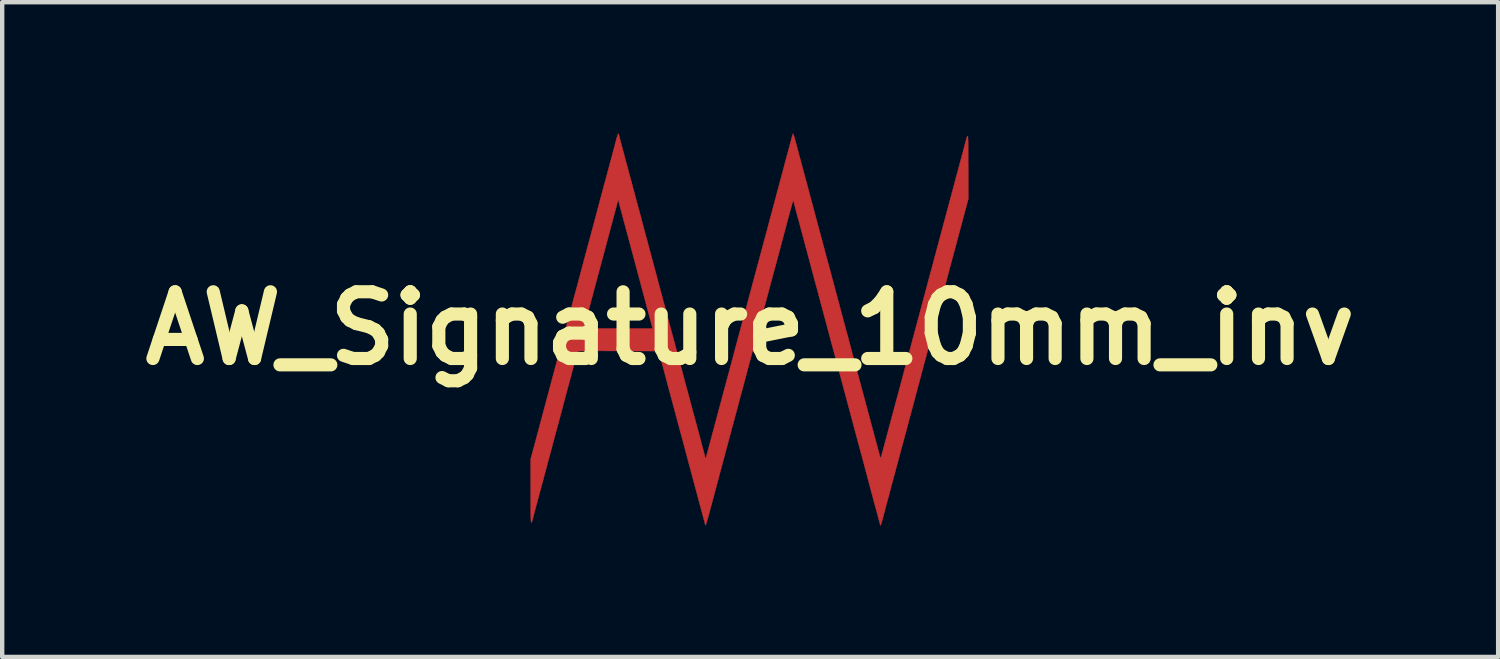
<source format=kicad_pcb>
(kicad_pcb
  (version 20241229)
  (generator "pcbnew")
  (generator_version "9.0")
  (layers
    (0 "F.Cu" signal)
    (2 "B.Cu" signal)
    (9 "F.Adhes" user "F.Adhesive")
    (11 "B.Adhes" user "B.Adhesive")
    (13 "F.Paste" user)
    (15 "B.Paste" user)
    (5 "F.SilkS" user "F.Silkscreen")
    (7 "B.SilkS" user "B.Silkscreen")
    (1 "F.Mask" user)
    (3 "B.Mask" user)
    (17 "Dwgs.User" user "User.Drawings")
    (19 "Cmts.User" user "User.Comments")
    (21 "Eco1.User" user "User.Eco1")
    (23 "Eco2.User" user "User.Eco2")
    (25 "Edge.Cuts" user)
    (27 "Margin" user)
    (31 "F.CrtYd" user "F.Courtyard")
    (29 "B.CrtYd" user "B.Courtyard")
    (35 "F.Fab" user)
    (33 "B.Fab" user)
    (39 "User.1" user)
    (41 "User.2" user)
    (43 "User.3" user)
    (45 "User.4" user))
  (footprint "AW_Signature_10mm_inv"
    (layer "F.Cu")
    (at 14.086 4.45)
    (property "Reference" "AW_Signature_10mm_inv" (at 0 0 0) (layer "F.SilkS") (effects (font (size 1.524 1.524) (thickness 0.3))))
    (attr through_hole)
    (fp_poly (pts (xy 0.984 -4.438) (xy 0.994 -4.41) (xy 1.008 -4.366) (xy 1.024 -4.31) (xy 1.027 -4.299) (xy 1.043 -4.239) (xy 1.064 -4.161) (xy 1.089 -4.07) (xy 1.114 -3.974) (xy 1.14 -3.879) (xy 1.148 -3.849) (xy 1.172 -3.758) (xy 1.197 -3.666) (xy 1.22 -3.58) (xy 1.24 -3.505) (xy 1.256 -3.447) (xy 1.261 -3.43) (xy 1.28 -3.359) (xy 1.302 -3.276) (xy 1.323 -3.197) (xy 1.33 -3.17) (xy 1.35 -3.095) (xy 1.373 -3.01) (xy 1.394 -2.93) (xy 1.401 -2.903) (xy 1.434 -2.783) (xy 1.47 -2.648) (xy 1.507 -2.51) (xy 1.543 -2.377) (xy 1.546 -2.363) (xy 1.563 -2.3) (xy 1.584 -2.224) (xy 1.604 -2.147) (xy 1.615 -2.109) (xy 1.634 -2.036) (xy 1.657 -1.951) (xy 1.68 -1.866) (xy 1.693 -1.817) (xy 1.713 -1.741) (xy 1.735 -1.657) (xy 1.757 -1.577) (xy 1.769 -1.532) (xy 1.789 -1.459) (xy 1.811 -1.379) (xy 1.831 -1.305) (xy 1.838 -1.278) (xy 1.865 -1.175) (xy 1.895 -1.065) (xy 1.925 -0.95) (xy 1.956 -0.836) (xy 1.985 -0.727) (xy 2.012 -0.627) (xy 2.035 -0.541) (xy 2.053 -0.472) (xy 2.06 -0.446) (xy 2.08 -0.372) (xy 2.102 -0.289) (xy 2.123 -0.212) (xy 2.131 -0.179) (xy 2.149 -0.114) (xy 2.167 -0.047) (xy 2.183 0.01) (xy 2.188 0.03) (xy 2.202 0.082) (xy 2.22 0.146) (xy 2.238 0.212) (xy 2.243 0.234) (xy 2.26 0.299) (xy 2.283 0.383) (xy 2.308 0.48) (xy 2.336 0.586) (xy 2.366 0.696) (xy 2.395 0.806) (xy 2.423 0.911) (xy 2.449 1.007) (xy 2.471 1.089) (xy 2.488 1.152) (xy 2.492 1.167) (xy 2.511 1.237) (xy 2.536 1.329) (xy 2.566 1.441) (xy 2.601 1.572) (xy 2.64 1.718) (xy 2.683 1.878) (xy 2.717 2.005) (xy 2.737 2.079) (xy 2.757 2.156) (xy 2.776 2.226) (xy 2.79 2.278) (xy 2.806 2.336) (xy 2.825 2.408) (xy 2.846 2.485) (xy 2.86 2.539) (xy 2.891 2.652) (xy 2.915 2.743) (xy 2.934 2.814) (xy 2.949 2.868) (xy 2.959 2.908) (xy 2.966 2.935) (xy 2.969 2.945) (xy 2.972 2.956) (xy 2.975 2.961) (xy 2.979 2.96) (xy 2.985 2.949) (xy 2.993 2.927) (xy 3.004 2.892) (xy 3.018 2.842) (xy 3.037 2.774) (xy 3.06 2.687) (xy 3.089 2.578) (xy 3.108 2.507) (xy 3.132 2.417) (xy 3.156 2.326) (xy 3.179 2.24) (xy 3.199 2.166) (xy 3.214 2.108) (xy 3.217 2.101) (xy 3.235 2.03) (xy 3.258 1.948) (xy 3.28 1.865) (xy 3.293 1.815) (xy 3.314 1.74) (xy 3.336 1.657) (xy 3.357 1.58) (xy 3.369 1.535) (xy 3.389 1.462) (xy 3.411 1.379) (xy 3.432 1.302) (xy 3.437 1.281) (xy 3.454 1.218) (xy 3.476 1.136) (xy 3.501 1.039) (xy 3.53 0.933) (xy 3.559 0.823) (xy 3.588 0.713) (xy 3.616 0.609) (xy 3.641 0.517) (xy 3.662 0.44) (xy 3.663 0.437) (xy 3.682 0.365) (xy 3.703 0.29) (xy 3.721 0.22) (xy 3.731 0.183) (xy 3.756 0.09) (xy 3.786 -0.022) (xy 3.819 -0.147) (xy 3.855 -0.279) (xy 3.877 -0.363) (xy 3.897 -0.436) (xy 3.917 -0.514) (xy 3.937 -0.586) (xy 3.947 -0.624) (xy 3.963 -0.686) (xy 3.984 -0.761) (xy 4.004 -0.838) (xy 4.017 -0.884) (xy 4.038 -0.962) (xy 4.061 -1.051) (xy 4.084 -1.136) (xy 4.095 -1.176) (xy 4.113 -1.244) (xy 4.131 -1.312) (xy 4.148 -1.371) (xy 4.157 -1.405) (xy 4.169 -1.448) (xy 4.185 -1.509) (xy 4.203 -1.579) (xy 4.222 -1.652) (xy 4.226 -1.665) (xy 4.247 -1.744) (xy 4.269 -1.828) (xy 4.291 -1.908) (xy 4.309 -1.974) (xy 4.309 -1.976) (xy 4.329 -2.048) (xy 4.351 -2.131) (xy 4.373 -2.213) (xy 4.385 -2.256) (xy 4.405 -2.332) (xy 4.428 -2.419) (xy 4.451 -2.502) (xy 4.461 -2.541) (xy 4.481 -2.614) (xy 4.502 -2.694) (xy 4.522 -2.769) (xy 4.531 -2.802) (xy 4.549 -2.868) (xy 4.57 -2.947) (xy 4.591 -3.025) (xy 4.6 -3.062) (xy 4.621 -3.137) (xy 4.644 -3.223) (xy 4.666 -3.307) (xy 4.677 -3.348) (xy 4.696 -3.42) (xy 4.717 -3.498) (xy 4.737 -3.57) (xy 4.747 -3.608) (xy 4.777 -3.718) (xy 4.812 -3.851) (xy 4.854 -4.005) (xy 4.893 -4.154) (xy 4.911 -4.223) (xy 4.927 -4.282) (xy 4.94 -4.33) (xy 4.95 -4.365) (xy 4.959 -4.388) (xy 4.966 -4.395) (xy 4.971 -4.387) (xy 4.975 -4.362) (xy 4.977 -4.319) (xy 4.979 -4.257) (xy 4.98 -4.175) (xy 4.98 -4.072) (xy 4.98 -3.946) (xy 4.98 -3.796) (xy 4.981 -3.706) (xy 4.982 -2.953) (xy 4.923 -2.734) (xy 4.89 -2.61) (xy 4.862 -2.505) (xy 4.837 -2.411) (xy 4.814 -2.325) (xy 4.79 -2.238) (xy 4.768 -2.154) (xy 4.751 -2.093) (xy 4.737 -2.039) (xy 4.726 -1.998) (xy 4.72 -1.976) (xy 4.715 -1.955) (xy 4.704 -1.913) (xy 4.688 -1.855) (xy 4.669 -1.784) (xy 4.648 -1.705) (xy 4.639 -1.671) (xy 4.613 -1.578) (xy 4.587 -1.479) (xy 4.561 -1.382) (xy 4.538 -1.295) (xy 4.519 -1.225) (xy 4.518 -1.22) (xy 4.499 -1.148) (xy 4.48 -1.077) (xy 4.463 -1.014) (xy 4.451 -0.967) (xy 4.449 -0.96) (xy 4.431 -0.895) (xy 4.408 -0.809) (xy 4.379 -0.703) (xy 4.346 -0.58) (xy 4.309 -0.443) (xy 4.27 -0.294) (xy 4.239 -0.179) (xy 4.222 -0.117) (xy 4.202 -0.042) (xy 4.181 0.036) (xy 4.169 0.081) (xy 4.148 0.159) (xy 4.125 0.248) (xy 4.102 0.334) (xy 4.091 0.373) (xy 4.071 0.449) (xy 4.048 0.534) (xy 4.026 0.614) (xy 4.016 0.653) (xy 3.996 0.725) (xy 3.974 0.805) (xy 3.954 0.88) (xy 3.947 0.907) (xy 3.934 0.955) (xy 3.916 1.023) (xy 3.895 1.104) (xy 3.871 1.192) (xy 3.847 1.283) (xy 3.839 1.313) (xy 3.815 1.404) (xy 3.79 1.495) (xy 3.768 1.58) (xy 3.748 1.655) (xy 3.733 1.712) (xy 3.729 1.726) (xy 3.712 1.791) (xy 3.694 1.858) (xy 3.678 1.916) (xy 3.673 1.936) (xy 3.657 1.993) (xy 3.639 2.059) (xy 3.624 2.114) (xy 3.612 2.163) (xy 3.594 2.229) (xy 3.575 2.302) (xy 3.555 2.375) (xy 3.553 2.38) (xy 3.536 2.446) (xy 3.513 2.53) (xy 3.488 2.624) (xy 3.461 2.722) (xy 3.436 2.817) (xy 3.432 2.831) (xy 3.408 2.921) (xy 3.384 3.011) (xy 3.361 3.096) (xy 3.342 3.17) (xy 3.326 3.226) (xy 3.323 3.237) (xy 3.305 3.307) (xy 3.284 3.382) (xy 3.266 3.451) (xy 3.26 3.472) (xy 3.247 3.522) (xy 3.228 3.591) (xy 3.205 3.678) (xy 3.179 3.777) (xy 3.15 3.884) (xy 3.12 3.996) (xy 3.09 4.108) (xy 3.061 4.217) (xy 3.034 4.318) (xy 3.033 4.322) (xy 3.016 4.385) (xy 3.001 4.438) (xy 2.989 4.477) (xy 2.982 4.497) (xy 2.981 4.499) (xy 2.979 4.501) (xy 2.976 4.499) (xy 2.972 4.49) (xy 2.966 4.469) (xy 2.956 4.433) (xy 2.941 4.378) (xy 2.93 4.336) (xy 2.911 4.262) (xy 2.889 4.179) (xy 2.868 4.102) (xy 2.86 4.075) (xy 2.846 4.024) (xy 2.827 3.954) (xy 2.805 3.871) (xy 2.781 3.782) (xy 2.757 3.692) (xy 2.753 3.675) (xy 2.73 3.591) (xy 2.709 3.511) (xy 2.69 3.439) (xy 2.675 3.381) (xy 2.664 3.341) (xy 2.662 3.332) (xy 2.651 3.29) (xy 2.635 3.233) (xy 2.618 3.168) (xy 2.606 3.123) (xy 2.588 3.055) (xy 2.569 2.986) (xy 2.553 2.924) (xy 2.545 2.894) (xy 2.524 2.819) (xy 2.5 2.73) (xy 2.474 2.634) (xy 2.448 2.537) (xy 2.424 2.445) (xy 2.402 2.364) (xy 2.385 2.301) (xy 2.384 2.297) (xy 2.369 2.24) (xy 2.35 2.167) (xy 2.328 2.088) (xy 2.308 2.012) (xy 2.308 2.012) (xy 2.288 1.937) (xy 2.267 1.86) (xy 2.248 1.789) (xy 2.233 1.734) (xy 2.233 1.732) (xy 2.217 1.674) (xy 2.198 1.602) (xy 2.178 1.526) (xy 2.163 1.472) (xy 2.144 1.402) (xy 2.125 1.329) (xy 2.108 1.264) (xy 2.097 1.224) (xy 2.083 1.174) (xy 2.066 1.108) (xy 2.046 1.034) (xy 2.027 0.964) (xy 2.007 0.888) (xy 1.985 0.808) (xy 1.966 0.733) (xy 1.951 0.678) (xy 1.934 0.614) (xy 1.916 0.548) (xy 1.901 0.491) (xy 1.896 0.475) (xy 1.882 0.425) (xy 1.865 0.361) (xy 1.847 0.294) (xy 1.839 0.265) (xy 1.821 0.196) (xy 1.799 0.114) (xy 1.778 0.034) (xy 1.768 -0.001) (xy 1.753 -0.059) (xy 1.732 -0.137) (xy 1.707 -0.23) (xy 1.679 -0.335) (xy 1.649 -0.447) (xy 1.618 -0.562) (xy 1.588 -0.675) (xy 1.559 -0.782) (xy 1.546 -0.833) (xy 1.528 -0.901) (xy 1.506 -0.981) (xy 1.485 -1.058) (xy 1.477 -1.087) (xy 1.459 -1.152) (xy 1.438 -1.232) (xy 1.415 -1.317) (xy 1.394 -1.396) (xy 1.394 -1.398) (xy 1.375 -1.47) (xy 1.356 -1.542) (xy 1.339 -1.605) (xy 1.326 -1.652) (xy 1.325 -1.659) (xy 1.313 -1.701) (xy 1.299 -1.754) (xy 1.281 -1.821) (xy 1.258 -1.904) (xy 1.231 -2.005) (xy 1.199 -2.127) (xy 1.185 -2.179) (xy 1.164 -2.256) (xy 1.141 -2.343) (xy 1.119 -2.426) (xy 1.108 -2.465) (xy 1.079 -2.572) (xy 1.056 -2.657) (xy 1.039 -2.724) (xy 1.025 -2.774) (xy 1.015 -2.812) (xy 1.008 -2.84) (xy 1.004 -2.86) (xy 1 -2.876) (xy 0.996 -2.894) (xy 0.992 -2.907) (xy 0.988 -2.913) (xy 0.982 -2.909) (xy 0.975 -2.894) (xy 0.965 -2.866) (xy 0.952 -2.823) (xy 0.935 -2.763) (xy 0.914 -2.684) (xy 0.887 -2.585) (xy 0.854 -2.463) (xy 0.853 -2.459) (xy 0.84 -2.409) (xy 0.822 -2.341) (xy 0.8 -2.257) (xy 0.775 -2.165) (xy 0.749 -2.067) (xy 0.728 -1.989) (xy 0.702 -1.891) (xy 0.676 -1.792) (xy 0.651 -1.698) (xy 0.628 -1.615) (xy 0.61 -1.546) (xy 0.599 -1.506) (xy 0.58 -1.435) (xy 0.559 -1.359) (xy 0.54 -1.29) (xy 0.53 -1.252) (xy 0.487 -1.092) (xy 0.45 -0.953) (xy 0.418 -0.833) (xy 0.39 -0.73) (xy 0.366 -0.641) (xy 0.345 -0.563) (xy 0.327 -0.494) (xy 0.31 -0.431) (xy 0.294 -0.372) (xy 0.278 -0.313) (xy 0.262 -0.252) (xy 0.245 -0.187) (xy 0.225 -0.115) (xy 0.206 -0.039) (xy 0.187 0.028) (xy 0.169 0.098) (xy 0.152 0.159) (xy 0.144 0.189) (xy 0.119 0.283) (xy 0.088 0.396) (xy 0.053 0.526) (xy 0.015 0.669) (xy -0.025 0.819) (xy -0.066 0.973) (xy -0.069 0.983) (xy -0.093 1.074) (xy -0.116 1.162) (xy -0.138 1.242) (xy -0.156 1.31) (xy -0.17 1.361) (xy -0.176 1.383) (xy -0.189 1.434) (xy -0.207 1.5) (xy -0.226 1.57) (xy -0.237 1.612) (xy -0.256 1.681) (xy -0.275 1.755) (xy -0.293 1.822) (xy -0.301 1.853) (xy -0.316 1.907) (xy -0.335 1.976) (xy -0.355 2.051) (xy -0.371 2.113) (xy -0.392 2.191) (xy -0.417 2.282) (xy -0.441 2.373) (xy -0.46 2.443) (xy -0.484 2.531) (xy -0.506 2.616) (xy -0.53 2.703) (xy -0.556 2.801) (xy -0.586 2.914) (xy -0.599 2.964) (xy -0.615 3.022) (xy -0.634 3.094) (xy -0.654 3.17) (xy -0.669 3.225) (xy -0.692 3.309) (xy -0.719 3.412) (xy -0.75 3.529) (xy -0.784 3.653) (xy -0.817 3.779) (xy -0.85 3.901) (xy -0.854 3.917) (xy -0.894 4.065) (xy -0.927 4.189) (xy -0.955 4.291) (xy -0.978 4.371) (xy -0.995 4.431) (xy -1.007 4.472) (xy -1.015 4.494) (xy -1.018 4.499) (xy -1.023 4.486) (xy -1.033 4.453) (xy -1.046 4.405) (xy -1.062 4.348) (xy -1.077 4.292) (xy -1.097 4.216) (xy -1.121 4.129) (xy -1.146 4.035) (xy -1.171 3.942) (xy -1.178 3.917) (xy -1.202 3.825) (xy -1.227 3.732) (xy -1.251 3.644) (xy -1.272 3.566) (xy -1.288 3.505) (xy -1.292 3.491) (xy -1.312 3.419) (xy -1.332 3.342) (xy -1.352 3.27) (xy -1.36 3.237) (xy -1.413 3.039) (xy -1.46 2.864) (xy -1.5 2.712) (xy -1.535 2.581) (xy -1.565 2.471) (xy -1.583 2.405) (xy -1.603 2.332) (xy -1.625 2.249) (xy -1.646 2.172) (xy -1.653 2.145) (xy -1.672 2.075) (xy -1.693 1.994) (xy -1.715 1.914) (xy -1.724 1.878) (xy -1.741 1.816) (xy -1.763 1.735) (xy -1.789 1.64) (xy -1.816 1.538) (xy -1.844 1.434) (xy -1.871 1.333) (xy -1.895 1.241) (xy -1.915 1.167) (xy -1.929 1.113) (xy -1.947 1.046) (xy -1.965 0.978) (xy -1.97 0.958) (xy -1.987 0.895) (xy -2.008 0.818) (xy -2.029 0.738) (xy -2.045 0.678) (xy -2.087 0.519) (xy -3.017 0.516) (xy -3.194 0.516) (xy -3.346 0.515) (xy -3.477 0.515) (xy -3.588 0.515) (xy -3.68 0.515) (xy -3.755 0.516) (xy -3.815 0.517) (xy -3.861 0.518) (xy -3.895 0.52) (xy -3.919 0.522) (xy -3.934 0.525) (xy -3.943 0.528) (xy -3.946 0.532) (xy -3.946 0.533) (xy -3.95 0.554) (xy -3.959 0.592) (xy -3.972 0.643) (xy -3.983 0.683) (xy -4.003 0.755) (xy -4.026 0.838) (xy -4.048 0.918) (xy -4.055 0.945) (xy -4.074 1.019) (xy -4.096 1.101) (xy -4.117 1.179) (xy -4.125 1.205) (xy -4.139 1.257) (xy -4.158 1.327) (xy -4.18 1.41) (xy -4.204 1.499) (xy -4.227 1.589) (xy -4.232 1.605) (xy -4.268 1.741) (xy -4.298 1.856) (xy -4.324 1.952) (xy -4.345 2.033) (xy -4.364 2.101) (xy -4.38 2.161) (xy -4.395 2.215) (xy -4.408 2.266) (xy -4.415 2.291) (xy -4.435 2.361) (xy -4.457 2.444) (xy -4.479 2.527) (xy -4.492 2.577) (xy -4.512 2.65) (xy -4.532 2.728) (xy -4.552 2.8) (xy -4.563 2.844) (xy -4.576 2.89) (xy -4.593 2.956) (xy -4.615 3.035) (xy -4.638 3.122) (xy -4.662 3.212) (xy -4.67 3.244) (xy -4.695 3.336) (xy -4.72 3.43) (xy -4.744 3.52) (xy -4.766 3.599) (xy -4.783 3.662) (xy -4.786 3.675) (xy -4.819 3.796) (xy -4.847 3.899) (xy -4.872 3.994) (xy -4.897 4.086) (xy -4.923 4.185) (xy -4.931 4.215) (xy -4.948 4.28) (xy -4.962 4.335) (xy -4.974 4.38) (xy -4.984 4.413) (xy -4.992 4.432) (xy -4.998 4.438) (xy -5.003 4.427) (xy -5.007 4.401) (xy -5.009 4.356) (xy -5.011 4.292) (xy -5.012 4.208) (xy -5.012 4.103) (xy -5.012 3.976) (xy -5.012 3.824) (xy -5.012 3.747) (xy -5.013 2.987) (xy -4.963 2.801) (xy -4.943 2.725) (xy -4.922 2.649) (xy -4.903 2.579) (xy -4.889 2.524) (xy -4.886 2.513) (xy -4.861 2.42) (xy -4.833 2.317) (xy -4.805 2.211) (xy -4.778 2.111) (xy -4.754 2.022) (xy -4.74 1.967) (xy -4.712 1.864) (xy -4.685 1.763) (xy -4.657 1.657) (xy -4.626 1.543) (xy -4.592 1.416) (xy -4.553 1.269) (xy -4.545 1.237) (xy -4.509 1.104) (xy -4.478 0.988) (xy -4.45 0.883) (xy -4.422 0.781) (xy -4.394 0.676) (xy -4.362 0.56) (xy -4.346 0.5) (xy -4.33 0.442) (xy -4.311 0.37) (xy -4.29 0.294) (xy -4.276 0.24) (xy -4.242 0.11) (xy -4.214 0.005) (xy -3.797 0.005) (xy -2.229 0.005) (xy -2.235 -0.023) (xy -2.241 -0.048) (xy -2.252 -0.089) (xy -2.266 -0.142) (xy -2.276 -0.179) (xy -2.304 -0.285) (xy -2.327 -0.371) (xy -2.346 -0.439) (xy -2.36 -0.495) (xy -2.373 -0.541) (xy -2.384 -0.582) (xy -2.395 -0.622) (xy -2.402 -0.649) (xy -2.417 -0.706) (xy -2.436 -0.778) (xy -2.458 -0.857) (xy -2.478 -0.934) (xy -2.48 -0.941) (xy -2.5 -1.016) (xy -2.521 -1.094) (xy -2.54 -1.165) (xy -2.555 -1.222) (xy -2.556 -1.227) (xy -2.572 -1.285) (xy -2.591 -1.357) (xy -2.611 -1.433) (xy -2.626 -1.487) (xy -2.645 -1.559) (xy -2.666 -1.635) (xy -2.684 -1.705) (xy -2.696 -1.748) (xy -2.709 -1.797) (xy -2.727 -1.864) (xy -2.748 -1.942) (xy -2.77 -2.024) (xy -2.784 -2.078) (xy -2.806 -2.159) (xy -2.828 -2.24) (xy -2.848 -2.315) (xy -2.865 -2.377) (xy -2.873 -2.408) (xy -2.889 -2.466) (xy -2.908 -2.538) (xy -2.928 -2.614) (xy -2.943 -2.668) (xy -2.961 -2.734) (xy -2.977 -2.797) (xy -2.99 -2.849) (xy -2.999 -2.882) (xy -3.013 -2.944) (xy -3.042 -2.838) (xy -3.054 -2.791) (xy -3.072 -2.726) (xy -3.092 -2.648) (xy -3.115 -2.565) (xy -3.134 -2.49) (xy -3.156 -2.408) (xy -3.178 -2.327) (xy -3.198 -2.254) (xy -3.214 -2.193) (xy -3.224 -2.154) (xy -3.239 -2.1) (xy -3.257 -2.032) (xy -3.276 -1.96) (xy -3.287 -1.919) (xy -3.305 -1.851) (xy -3.324 -1.782) (xy -3.34 -1.72) (xy -3.348 -1.69) (xy -3.364 -1.634) (xy -3.385 -1.553) (xy -3.413 -1.449) (xy -3.447 -1.322) (xy -3.487 -1.173) (xy -3.5 -1.125) (xy -3.513 -1.078) (xy -3.53 -1.014) (xy -3.55 -0.94) (xy -3.57 -0.863) (xy -3.578 -0.833) (xy -3.599 -0.755) (xy -3.621 -0.674) (xy -3.641 -0.599) (xy -3.657 -0.538) (xy -3.662 -0.522) (xy -3.677 -0.463) (xy -3.697 -0.39) (xy -3.718 -0.311) (xy -3.737 -0.243) (xy -3.755 -0.178) (xy -3.77 -0.118) (xy -3.782 -0.07) (xy -3.789 -0.039) (xy -3.79 -0.036) (xy -3.797 0.005) (xy -4.214 0.005) (xy -4.208 -0.016) (xy -4.177 -0.134) (xy -4.149 -0.238) (xy -4.126 -0.324) (xy -4.118 -0.351) (xy -4.102 -0.412) (xy -4.082 -0.486) (xy -4.062 -0.561) (xy -4.054 -0.592) (xy -4.034 -0.666) (xy -4.012 -0.748) (xy -3.991 -0.826) (xy -3.984 -0.852) (xy -3.966 -0.919) (xy -3.944 -0.999) (xy -3.922 -1.08) (xy -3.909 -1.132) (xy -3.888 -1.208) (xy -3.866 -1.292) (xy -3.845 -1.372) (xy -3.832 -1.417) (xy -3.814 -1.487) (xy -3.792 -1.57) (xy -3.769 -1.653) (xy -3.756 -1.703) (xy -3.737 -1.775) (xy -3.717 -1.852) (xy -3.698 -1.921) (xy -3.686 -1.963) (xy -3.662 -2.054) (xy -3.632 -2.165) (xy -3.598 -2.29) (xy -3.562 -2.425) (xy -3.524 -2.566) (xy -3.487 -2.706) (xy -3.451 -2.842) (xy -3.417 -2.968) (xy -3.413 -2.986) (xy -3.391 -3.067) (xy -3.369 -3.151) (xy -3.347 -3.23) (xy -3.33 -3.296) (xy -3.324 -3.316) (xy -3.304 -3.388) (xy -3.282 -3.47) (xy -3.261 -3.549) (xy -3.254 -3.576) (xy -3.234 -3.65) (xy -3.212 -3.733) (xy -3.191 -3.81) (xy -3.184 -3.837) (xy -3.169 -3.892) (xy -3.149 -3.966) (xy -3.127 -4.049) (xy -3.104 -4.135) (xy -3.089 -4.192) (xy -3.065 -4.283) (xy -3.046 -4.351) (xy -3.032 -4.399) (xy -3.022 -4.429) (xy -3.014 -4.443) (xy -3.008 -4.444) (xy -3.003 -4.433) (xy -3 -4.421) (xy -2.992 -4.391) (xy -2.981 -4.345) (xy -2.966 -4.292) (xy -2.962 -4.275) (xy -2.946 -4.217) (xy -2.927 -4.145) (xy -2.907 -4.068) (xy -2.892 -4.014) (xy -2.862 -3.899) (xy -2.83 -3.78) (xy -2.798 -3.662) (xy -2.769 -3.553) (xy -2.744 -3.459) (xy -2.734 -3.424) (xy -2.716 -3.359) (xy -2.696 -3.284) (xy -2.677 -3.212) (xy -2.673 -3.195) (xy -2.65 -3.111) (xy -2.625 -3.016) (xy -2.599 -2.918) (xy -2.573 -2.824) (xy -2.551 -2.742) (xy -2.536 -2.687) (xy -2.524 -2.644) (xy -2.508 -2.583) (xy -2.489 -2.513) (xy -2.47 -2.44) (xy -2.467 -2.427) (xy -2.446 -2.349) (xy -2.42 -2.251) (xy -2.39 -2.137) (xy -2.356 -2.013) (xy -2.321 -1.883) (xy -2.286 -1.752) (xy -2.252 -1.624) (xy -2.232 -1.551) (xy -2.212 -1.478) (xy -2.191 -1.398) (xy -2.171 -1.323) (xy -2.162 -1.29) (xy -2.144 -1.224) (xy -2.123 -1.145) (xy -2.103 -1.067) (xy -2.093 -1.03) (xy -2.073 -0.955) (xy -2.05 -0.869) (xy -2.027 -0.785) (xy -2.016 -0.744) (xy -1.996 -0.668) (xy -1.973 -0.584) (xy -1.952 -0.504) (xy -1.941 -0.465) (xy -1.921 -0.39) (xy -1.898 -0.305) (xy -1.877 -0.225) (xy -1.87 -0.198) (xy -1.85 -0.124) (xy -1.828 -0.042) (xy -1.807 0.036) (xy -1.8 0.062) (xy -1.786 0.114) (xy -1.767 0.184) (xy -1.744 0.267) (xy -1.721 0.356) (xy -1.697 0.446) (xy -1.692 0.462) (xy -1.658 0.59) (xy -1.622 0.726) (xy -1.585 0.864) (xy -1.548 1.001) (xy -1.514 1.131) (xy -1.482 1.251) (xy -1.454 1.354) (xy -1.432 1.434) (xy -1.412 1.508) (xy -1.39 1.59) (xy -1.37 1.668) (xy -1.361 1.701) (xy -1.342 1.772) (xy -1.32 1.854) (xy -1.299 1.933) (xy -1.291 1.961) (xy -1.272 2.033) (xy -1.249 2.116) (xy -1.227 2.198) (xy -1.216 2.24) (xy -1.195 2.317) (xy -1.172 2.404) (xy -1.15 2.487) (xy -1.139 2.526) (xy -1.111 2.633) (xy -1.088 2.718) (xy -1.07 2.785) (xy -1.057 2.835) (xy -1.047 2.873) (xy -1.04 2.901) (xy -1.035 2.921) (xy -1.032 2.937) (xy -1.024 2.963) (xy -1.018 2.973) (xy -1.017 2.973) (xy -1.012 2.959) (xy -1.001 2.925) (xy -0.987 2.876) (xy -0.971 2.817) (xy -0.967 2.804) (xy -0.946 2.724) (xy -0.923 2.636) (xy -0.9 2.551) (xy -0.884 2.494) (xy -0.87 2.439) (xy -0.856 2.387) (xy -0.842 2.334) (xy -0.826 2.276) (xy -0.808 2.208) (xy -0.786 2.126) (xy -0.759 2.026) (xy -0.749 1.986) (xy -0.721 1.882) (xy -0.69 1.767) (xy -0.658 1.648) (xy -0.628 1.535) (xy -0.601 1.435) (xy -0.594 1.408) (xy -0.578 1.351) (xy -0.559 1.281) (xy -0.54 1.207) (xy -0.529 1.167) (xy -0.511 1.099) (xy -0.492 1.03) (xy -0.476 0.969) (xy -0.468 0.939) (xy -0.457 0.899) (xy -0.442 0.841) (xy -0.422 0.768) (xy -0.4 0.686) (xy -0.378 0.6) (xy -0.371 0.577) (xy -0.348 0.489) (xy -0.325 0.403) (xy -0.303 0.322) (xy -0.285 0.254) (xy -0.272 0.204) (xy -0.269 0.196) (xy -0.254 0.138) (xy -0.234 0.065) (xy -0.214 -0.011) (xy -0.199 -0.065) (xy -0.179 -0.14) (xy -0.157 -0.222) (xy -0.136 -0.299) (xy -0.123 -0.344) (xy -0.103 -0.417) (xy -0.081 -0.5) (xy -0.061 -0.578) (xy -0.055 -0.598) (xy -0.039 -0.661) (xy -0.017 -0.744) (xy 0.009 -0.841) (xy 0.037 -0.947) (xy 0.067 -1.057) (xy 0.096 -1.167) (xy 0.124 -1.27) (xy 0.149 -1.363) (xy 0.169 -1.439) (xy 0.17 -1.443) (xy 0.19 -1.514) (xy 0.21 -1.59) (xy 0.229 -1.659) (xy 0.239 -1.697) (xy 0.254 -1.756) (xy 0.274 -1.828) (xy 0.294 -1.904) (xy 0.307 -1.951) (xy 0.326 -2.022) (xy 0.351 -2.113) (xy 0.379 -2.216) (xy 0.408 -2.327) (xy 0.438 -2.44) (xy 0.467 -2.548) (xy 0.486 -2.617) (xy 0.528 -2.777) (xy 0.577 -2.959) (xy 0.632 -3.165) (xy 0.693 -3.392) (xy 0.708 -3.449) (xy 0.728 -3.522) (xy 0.746 -3.588) (xy 0.76 -3.642) (xy 0.77 -3.68) (xy 0.775 -3.697) (xy 0.78 -3.716) (xy 0.79 -3.756) (xy 0.805 -3.813) (xy 0.824 -3.882) (xy 0.845 -3.961) (xy 0.856 -4.002) (xy 0.879 -4.087) (xy 0.901 -4.17) (xy 0.921 -4.243) (xy 0.937 -4.304) (xy 0.948 -4.347) (xy 0.951 -4.357) (xy 0.963 -4.399) (xy 0.973 -4.431) (xy 0.978 -4.445) (xy 0.984 -4.438)) (stroke (width 0.01) (type solid)) (fill yes) (layer "F.Cu"))
    (fp_poly (pts (xy 0.983 -4.438) (xy 0.994 -4.41) (xy 1.008 -4.366) (xy 1.024 -4.31) (xy 1.027 -4.299) (xy 1.043 -4.239) (xy 1.064 -4.16) (xy 1.088 -4.07) (xy 1.114 -3.974) (xy 1.14 -3.879) (xy 1.147 -3.849) (xy 1.172 -3.758) (xy 1.196 -3.666) (xy 1.22 -3.58) (xy 1.24 -3.505) (xy 1.256 -3.447) (xy 1.26 -3.43) (xy 1.28 -3.359) (xy 1.302 -3.276) (xy 1.323 -3.197) (xy 1.33 -3.17) (xy 1.35 -3.095) (xy 1.372 -3.01) (xy 1.394 -2.93) (xy 1.401 -2.903) (xy 1.433 -2.783) (xy 1.47 -2.648) (xy 1.507 -2.51) (xy 1.542 -2.377) (xy 1.546 -2.363) (xy 1.563 -2.3) (xy 1.583 -2.224) (xy 1.604 -2.147) (xy 1.614 -2.109) (xy 1.634 -2.036) (xy 1.657 -1.951) (xy 1.679 -1.866) (xy 1.692 -1.817) (xy 1.712 -1.741) (xy 1.735 -1.657) (xy 1.757 -1.577) (xy 1.769 -1.532) (xy 1.789 -1.459) (xy 1.81 -1.379) (xy 1.83 -1.304) (xy 1.838 -1.278) (xy 1.865 -1.175) (xy 1.894 -1.065) (xy 1.925 -0.95) (xy 1.955 -0.836) (xy 1.984 -0.727) (xy 2.011 -0.627) (xy 2.034 -0.541) (xy 2.053 -0.472) (xy 2.06 -0.446) (xy 2.08 -0.372) (xy 2.102 -0.289) (xy 2.122 -0.212) (xy 2.131 -0.179) (xy 2.148 -0.114) (xy 2.166 -0.047) (xy 2.182 0.01) (xy 2.188 0.031) (xy 2.202 0.082) (xy 2.22 0.146) (xy 2.237 0.212) (xy 2.243 0.234) (xy 2.26 0.299) (xy 2.282 0.383) (xy 2.308 0.48) (xy 2.336 0.586) (xy 2.365 0.696) (xy 2.395 0.806) (xy 2.423 0.911) (xy 2.448 1.007) (xy 2.47 1.089) (xy 2.488 1.152) (xy 2.492 1.167) (xy 2.511 1.237) (xy 2.536 1.329) (xy 2.566 1.441) (xy 2.601 1.572) (xy 2.64 1.718) (xy 2.683 1.878) (xy 2.717 2.005) (xy 2.736 2.079) (xy 2.757 2.156) (xy 2.776 2.226) (xy 2.79 2.278) (xy 2.805 2.336) (xy 2.825 2.409) (xy 2.846 2.485) (xy 2.86 2.539) (xy 2.891 2.652) (xy 2.915 2.743) (xy 2.934 2.814) (xy 2.949 2.868) (xy 2.959 2.908) (xy 2.966 2.935) (xy 2.968 2.945) (xy 2.971 2.956) (xy 2.975 2.961) (xy 2.979 2.96) (xy 2.985 2.949) (xy 2.993 2.927) (xy 3.003 2.892) (xy 3.018 2.842) (xy 3.036 2.774) (xy 3.06 2.687) (xy 3.089 2.578) (xy 3.108 2.507) (xy 3.132 2.417) (xy 3.156 2.326) (xy 3.179 2.241) (xy 3.199 2.166) (xy 3.214 2.108) (xy 3.216 2.101) (xy 3.235 2.031) (xy 3.257 1.948) (xy 3.28 1.865) (xy 3.293 1.815) (xy 3.313 1.74) (xy 3.335 1.658) (xy 3.357 1.58) (xy 3.369 1.536) (xy 3.389 1.462) (xy 3.411 1.379) (xy 3.431 1.302) (xy 3.437 1.282) (xy 3.453 1.218) (xy 3.475 1.136) (xy 3.501 1.039) (xy 3.529 0.933) (xy 3.559 0.823) (xy 3.588 0.713) (xy 3.616 0.609) (xy 3.641 0.517) (xy 3.661 0.44) (xy 3.662 0.437) (xy 3.682 0.365) (xy 3.702 0.29) (xy 3.721 0.22) (xy 3.731 0.183) (xy 3.756 0.09) (xy 3.785 -0.022) (xy 3.819 -0.147) (xy 3.854 -0.279) (xy 3.877 -0.363) (xy 3.896 -0.436) (xy 3.917 -0.514) (xy 3.936 -0.586) (xy 3.946 -0.623) (xy 3.963 -0.686) (xy 3.983 -0.761) (xy 4.004 -0.838) (xy 4.016 -0.884) (xy 4.037 -0.962) (xy 4.061 -1.051) (xy 4.084 -1.136) (xy 4.095 -1.176) (xy 4.113 -1.244) (xy 4.131 -1.312) (xy 4.147 -1.371) (xy 4.156 -1.405) (xy 4.168 -1.448) (xy 4.184 -1.509) (xy 4.203 -1.579) (xy 4.222 -1.652) (xy 4.226 -1.665) (xy 4.246 -1.744) (xy 4.269 -1.828) (xy 4.29 -1.908) (xy 4.308 -1.974) (xy 4.309 -1.976) (xy 4.328 -2.048) (xy 4.351 -2.131) (xy 4.373 -2.213) (xy 4.384 -2.255) (xy 4.405 -2.332) (xy 4.428 -2.419) (xy 4.45 -2.502) (xy 4.461 -2.541) (xy 4.481 -2.614) (xy 4.502 -2.694) (xy 4.522 -2.769) (xy 4.531 -2.802) (xy 4.548 -2.868) (xy 4.569 -2.947) (xy 4.59 -3.025) (xy 4.6 -3.062) (xy 4.62 -3.137) (xy 4.643 -3.223) (xy 4.666 -3.307) (xy 4.677 -3.348) (xy 4.696 -3.42) (xy 4.717 -3.498) (xy 4.736 -3.57) (xy 4.747 -3.608) (xy 4.776 -3.718) (xy 4.812 -3.851) (xy 4.853 -4.005) (xy 4.893 -4.154) (xy 4.911 -4.223) (xy 4.926 -4.282) (xy 4.939 -4.33) (xy 4.95 -4.365) (xy 4.959 -4.387) (xy 4.965 -4.395) (xy 4.97 -4.387) (xy 4.974 -4.362) (xy 4.977 -4.319) (xy 4.978 -4.257) (xy 4.979 -4.175) (xy 4.98 -4.072) (xy 4.98 -3.945) (xy 4.98 -3.796) (xy 4.98 -3.706) (xy 4.981 -2.952) (xy 4.923 -2.734) (xy 4.89 -2.61) (xy 4.861 -2.505) (xy 4.837 -2.411) (xy 4.813 -2.325) (xy 4.79 -2.238) (xy 4.767 -2.154) (xy 4.751 -2.093) (xy 4.736 -2.039) (xy 4.725 -1.998) (xy 4.72 -1.976) (xy 4.714 -1.955) (xy 4.703 -1.913) (xy 4.688 -1.855) (xy 4.669 -1.784) (xy 4.647 -1.705) (xy 4.638 -1.671) (xy 4.613 -1.577) (xy 4.587 -1.479) (xy 4.561 -1.382) (xy 4.538 -1.295) (xy 4.519 -1.225) (xy 4.518 -1.22) (xy 4.499 -1.148) (xy 4.48 -1.077) (xy 4.463 -1.014) (xy 4.45 -0.966) (xy 4.448 -0.96) (xy 4.431 -0.895) (xy 4.407 -0.809) (xy 4.379 -0.703) (xy 4.346 -0.58) (xy 4.309 -0.442) (xy 4.269 -0.294) (xy 4.239 -0.179) (xy 4.222 -0.117) (xy 4.202 -0.041) (xy 4.181 0.036) (xy 4.169 0.081) (xy 4.148 0.159) (xy 4.124 0.248) (xy 4.101 0.334) (xy 4.091 0.373) (xy 4.07 0.449) (xy 4.048 0.534) (xy 4.026 0.614) (xy 4.015 0.653) (xy 3.996 0.725) (xy 3.974 0.805) (xy 3.954 0.88) (xy 3.947 0.907) (xy 3.934 0.955) (xy 3.916 1.023) (xy 3.894 1.104) (xy 3.871 1.192) (xy 3.846 1.283) (xy 3.838 1.313) (xy 3.814 1.404) (xy 3.79 1.495) (xy 3.767 1.58) (xy 3.748 1.655) (xy 3.733 1.712) (xy 3.729 1.726) (xy 3.712 1.791) (xy 3.694 1.858) (xy 3.678 1.916) (xy 3.672 1.936) (xy 3.656 1.993) (xy 3.638 2.059) (xy 3.624 2.114) (xy 3.611 2.163) (xy 3.594 2.229) (xy 3.574 2.302) (xy 3.554 2.375) (xy 3.553 2.38) (xy 3.535 2.446) (xy 3.513 2.53) (xy 3.487 2.624) (xy 3.461 2.722) (xy 3.436 2.817) (xy 3.432 2.831) (xy 3.408 2.921) (xy 3.384 3.011) (xy 3.361 3.096) (xy 3.341 3.17) (xy 3.326 3.226) (xy 3.323 3.237) (xy 3.304 3.307) (xy 3.284 3.382) (xy 3.265 3.451) (xy 3.26 3.472) (xy 3.247 3.522) (xy 3.228 3.591) (xy 3.205 3.678) (xy 3.179 3.777) (xy 3.15 3.884) (xy 3.12 3.996) (xy 3.09 4.108) (xy 3.061 4.217) (xy 3.034 4.318) (xy 3.032 4.323) (xy 3.015 4.385) (xy 3.001 4.438) (xy 2.989 4.477) (xy 2.982 4.497) (xy 2.981 4.499) (xy 2.978 4.501) (xy 2.976 4.499) (xy 2.972 4.49) (xy 2.965 4.469) (xy 2.956 4.433) (xy 2.941 4.378) (xy 2.93 4.336) (xy 2.91 4.262) (xy 2.888 4.179) (xy 2.867 4.102) (xy 2.86 4.076) (xy 2.846 4.024) (xy 2.827 3.954) (xy 2.805 3.871) (xy 2.781 3.782) (xy 2.757 3.692) (xy 2.752 3.675) (xy 2.73 3.591) (xy 2.709 3.511) (xy 2.69 3.439) (xy 2.674 3.381) (xy 2.664 3.341) (xy 2.661 3.333) (xy 2.65 3.291) (xy 2.635 3.233) (xy 2.617 3.168) (xy 2.606 3.123) (xy 2.588 3.055) (xy 2.569 2.986) (xy 2.552 2.924) (xy 2.544 2.894) (xy 2.524 2.819) (xy 2.5 2.73) (xy 2.474 2.634) (xy 2.448 2.537) (xy 2.423 2.445) (xy 2.402 2.364) (xy 2.385 2.301) (xy 2.384 2.298) (xy 2.369 2.24) (xy 2.349 2.167) (xy 2.328 2.088) (xy 2.308 2.013) (xy 2.308 2.012) (xy 2.287 1.937) (xy 2.267 1.86) (xy 2.248 1.789) (xy 2.233 1.734) (xy 2.232 1.732) (xy 2.217 1.674) (xy 2.198 1.602) (xy 2.177 1.526) (xy 2.163 1.472) (xy 2.144 1.402) (xy 2.125 1.329) (xy 2.107 1.265) (xy 2.097 1.224) (xy 2.083 1.174) (xy 2.065 1.108) (xy 2.046 1.035) (xy 2.027 0.964) (xy 2.007 0.888) (xy 1.985 0.808) (xy 1.965 0.733) (xy 1.951 0.678) (xy 1.934 0.614) (xy 1.916 0.548) (xy 1.9 0.491) (xy 1.896 0.475) (xy 1.882 0.425) (xy 1.864 0.361) (xy 1.846 0.294) (xy 1.839 0.266) (xy 1.82 0.196) (xy 1.799 0.114) (xy 1.777 0.034) (xy 1.768 -0.001) (xy 1.752 -0.059) (xy 1.731 -0.137) (xy 1.706 -0.23) (xy 1.678 -0.335) (xy 1.648 -0.447) (xy 1.618 -0.562) (xy 1.588 -0.675) (xy 1.559 -0.782) (xy 1.545 -0.833) (xy 1.527 -0.901) (xy 1.506 -0.98) (xy 1.485 -1.058) (xy 1.477 -1.087) (xy 1.459 -1.152) (xy 1.437 -1.232) (xy 1.415 -1.317) (xy 1.394 -1.396) (xy 1.393 -1.398) (xy 1.375 -1.47) (xy 1.356 -1.542) (xy 1.339 -1.605) (xy 1.326 -1.652) (xy 1.324 -1.659) (xy 1.313 -1.701) (xy 1.298 -1.754) (xy 1.28 -1.821) (xy 1.258 -1.903) (xy 1.231 -2.005) (xy 1.198 -2.127) (xy 1.184 -2.179) (xy 1.164 -2.256) (xy 1.14 -2.343) (xy 1.118 -2.425) (xy 1.108 -2.465) (xy 1.079 -2.572) (xy 1.056 -2.657) (xy 1.038 -2.724) (xy 1.025 -2.774) (xy 1.015 -2.812) (xy 1.008 -2.84) (xy 1.003 -2.86) (xy 1 -2.876) (xy 0.996 -2.894) (xy 0.992 -2.907) (xy 0.988 -2.913) (xy 0.982 -2.909) (xy 0.975 -2.894) (xy 0.965 -2.866) (xy 0.952 -2.823) (xy 0.935 -2.763) (xy 0.913 -2.684) (xy 0.887 -2.585) (xy 0.854 -2.463) (xy 0.853 -2.459) (xy 0.84 -2.409) (xy 0.822 -2.341) (xy 0.799 -2.257) (xy 0.775 -2.164) (xy 0.749 -2.067) (xy 0.728 -1.989) (xy 0.702 -1.891) (xy 0.676 -1.792) (xy 0.651 -1.698) (xy 0.628 -1.615) (xy 0.61 -1.546) (xy 0.599 -1.506) (xy 0.579 -1.435) (xy 0.559 -1.359) (xy 0.54 -1.289) (xy 0.53 -1.252) (xy 0.487 -1.091) (xy 0.449 -0.953) (xy 0.417 -0.833) (xy 0.39 -0.73) (xy 0.366 -0.641) (xy 0.345 -0.563) (xy 0.326 -0.494) (xy 0.309 -0.431) (xy 0.294 -0.372) (xy 0.278 -0.313) (xy 0.262 -0.252) (xy 0.244 -0.187) (xy 0.225 -0.115) (xy 0.205 -0.039) (xy 0.187 0.028) (xy 0.169 0.098) (xy 0.152 0.159) (xy 0.144 0.189) (xy 0.119 0.283) (xy 0.088 0.396) (xy 0.053 0.527) (xy 0.015 0.669) (xy -0.025 0.819) (xy -0.066 0.973) (xy -0.069 0.983) (xy -0.093 1.074) (xy -0.117 1.162) (xy -0.138 1.242) (xy -0.156 1.31) (xy -0.17 1.361) (xy -0.176 1.383) (xy -0.19 1.434) (xy -0.207 1.5) (xy -0.226 1.57) (xy -0.237 1.612) (xy -0.256 1.682) (xy -0.276 1.755) (xy -0.293 1.822) (xy -0.302 1.853) (xy -0.316 1.907) (xy -0.335 1.976) (xy -0.355 2.051) (xy -0.372 2.113) (xy -0.393 2.191) (xy -0.417 2.282) (xy -0.442 2.373) (xy -0.46 2.444) (xy -0.484 2.531) (xy -0.507 2.616) (xy -0.53 2.703) (xy -0.556 2.801) (xy -0.586 2.914) (xy -0.6 2.964) (xy -0.615 3.022) (xy -0.634 3.094) (xy -0.655 3.17) (xy -0.669 3.225) (xy -0.692 3.309) (xy -0.72 3.412) (xy -0.751 3.529) (xy -0.784 3.653) (xy -0.818 3.779) (xy -0.85 3.901) (xy -0.855 3.917) (xy -0.894 4.065) (xy -0.928 4.189) (xy -0.956 4.291) (xy -0.978 4.371) (xy -0.995 4.431) (xy -1.008 4.472) (xy -1.015 4.494) (xy -1.019 4.499) (xy -1.023 4.486) (xy -1.033 4.453) (xy -1.046 4.405) (xy -1.062 4.349) (xy -1.077 4.292) (xy -1.097 4.216) (xy -1.121 4.129) (xy -1.146 4.035) (xy -1.171 3.942) (xy -1.178 3.917) (xy -1.203 3.825) (xy -1.228 3.732) (xy -1.251 3.644) (xy -1.272 3.566) (xy -1.289 3.505) (xy -1.293 3.491) (xy -1.312 3.419) (xy -1.333 3.342) (xy -1.352 3.27) (xy -1.361 3.237) (xy -1.413 3.039) (xy -1.46 2.864) (xy -1.501 2.712) (xy -1.536 2.581) (xy -1.566 2.471) (xy -1.583 2.405) (xy -1.603 2.332) (xy -1.626 2.249) (xy -1.646 2.172) (xy -1.653 2.145) (xy -1.672 2.075) (xy -1.694 1.994) (xy -1.715 1.914) (xy -1.725 1.878) (xy -1.742 1.816) (xy -1.764 1.735) (xy -1.789 1.64) (xy -1.816 1.538) (xy -1.844 1.434) (xy -1.871 1.333) (xy -1.895 1.241) (xy -1.915 1.167) (xy -1.929 1.113) (xy -1.947 1.046) (xy -1.965 0.978) (xy -1.971 0.958) (xy -1.988 0.895) (xy -2.008 0.818) (xy -2.029 0.738) (xy -2.045 0.678) (xy -2.088 0.52) (xy -3.017 0.516) (xy -3.194 0.516) (xy -3.347 0.515) (xy -3.478 0.515) (xy -3.588 0.515) (xy -3.68 0.515) (xy -3.755 0.516) (xy -3.815 0.517) (xy -3.861 0.518) (xy -3.895 0.52) (xy -3.919 0.522) (xy -3.935 0.525) (xy -3.943 0.528) (xy -3.946 0.532) (xy -3.947 0.533) (xy -3.95 0.554) (xy -3.959 0.592) (xy -3.972 0.643) (xy -3.983 0.683) (xy -4.004 0.755) (xy -4.026 0.839) (xy -4.048 0.918) (xy -4.055 0.945) (xy -4.075 1.019) (xy -4.097 1.101) (xy -4.118 1.179) (xy -4.125 1.205) (xy -4.139 1.257) (xy -4.158 1.327) (xy -4.18 1.41) (xy -4.204 1.499) (xy -4.228 1.589) (xy -4.232 1.605) (xy -4.268 1.741) (xy -4.299 1.856) (xy -4.324 1.952) (xy -4.346 2.033) (xy -4.364 2.101) (xy -4.38 2.161) (xy -4.395 2.215) (xy -4.409 2.266) (xy -4.416 2.291) (xy -4.435 2.361) (xy -4.457 2.444) (xy -4.479 2.527) (xy -4.493 2.577) (xy -4.512 2.65) (xy -4.533 2.728) (xy -4.552 2.801) (xy -4.564 2.844) (xy -4.576 2.89) (xy -4.594 2.956) (xy -4.615 3.035) (xy -4.638 3.122) (xy -4.662 3.212) (xy -4.671 3.244) (xy -4.695 3.336) (xy -4.721 3.43) (xy -4.745 3.52) (xy -4.766 3.599) (xy -4.783 3.662) (xy -4.787 3.675) (xy -4.819 3.796) (xy -4.847 3.9) (xy -4.873 3.994) (xy -4.897 4.086) (xy -4.923 4.185) (xy -4.931 4.215) (xy -4.948 4.28) (xy -4.962 4.336) (xy -4.974 4.38) (xy -4.984 4.413) (xy -4.992 4.432) (xy -4.999 4.438) (xy -5.003 4.427) (xy -5.007 4.401) (xy -5.009 4.356) (xy -5.011 4.292) (xy -5.012 4.209) (xy -5.012 4.103) (xy -5.012 3.976) (xy -5.013 3.824) (xy -5.013 3.747) (xy -5.014 2.987) (xy -4.963 2.801) (xy -4.943 2.725) (xy -4.923 2.649) (xy -4.904 2.579) (xy -4.889 2.524) (xy -4.886 2.513) (xy -4.861 2.42) (xy -4.834 2.317) (xy -4.805 2.211) (xy -4.778 2.111) (xy -4.755 2.022) (xy -4.74 1.967) (xy -4.712 1.864) (xy -4.685 1.763) (xy -4.657 1.657) (xy -4.626 1.543) (xy -4.592 1.416) (xy -4.554 1.27) (xy -4.545 1.237) (xy -4.509 1.104) (xy -4.478 0.988) (xy -4.45 0.883) (xy -4.423 0.781) (xy -4.394 0.676) (xy -4.363 0.56) (xy -4.346 0.5) (xy -4.331 0.442) (xy -4.311 0.37) (xy -4.291 0.294) (xy -4.276 0.24) (xy -4.242 0.11) (xy -4.214 0.005) (xy -3.798 0.005) (xy -2.229 0.005) (xy -2.236 -0.023) (xy -2.241 -0.047) (xy -2.252 -0.089) (xy -2.266 -0.142) (xy -2.276 -0.179) (xy -2.304 -0.285) (xy -2.327 -0.371) (xy -2.346 -0.439) (xy -2.361 -0.495) (xy -2.373 -0.541) (xy -2.384 -0.582) (xy -2.395 -0.622) (xy -2.402 -0.649) (xy -2.417 -0.706) (xy -2.437 -0.778) (xy -2.458 -0.857) (xy -2.478 -0.934) (xy -2.48 -0.941) (xy -2.5 -1.016) (xy -2.521 -1.094) (xy -2.54 -1.165) (xy -2.555 -1.222) (xy -2.556 -1.227) (xy -2.572 -1.285) (xy -2.591 -1.357) (xy -2.612 -1.433) (xy -2.626 -1.487) (xy -2.646 -1.559) (xy -2.666 -1.635) (xy -2.685 -1.705) (xy -2.696 -1.747) (xy -2.709 -1.797) (xy -2.727 -1.864) (xy -2.748 -1.942) (xy -2.77 -2.024) (xy -2.784 -2.078) (xy -2.806 -2.159) (xy -2.828 -2.24) (xy -2.848 -2.315) (xy -2.865 -2.377) (xy -2.873 -2.408) (xy -2.889 -2.466) (xy -2.908 -2.538) (xy -2.929 -2.614) (xy -2.943 -2.668) (xy -2.961 -2.734) (xy -2.977 -2.797) (xy -2.991 -2.849) (xy -2.999 -2.882) (xy -3.013 -2.944) (xy -3.042 -2.838) (xy -3.055 -2.791) (xy -3.072 -2.725) (xy -3.093 -2.648) (xy -3.115 -2.565) (xy -3.135 -2.49) (xy -3.157 -2.408) (xy -3.178 -2.327) (xy -3.198 -2.253) (xy -3.214 -2.193) (xy -3.225 -2.154) (xy -3.239 -2.1) (xy -3.257 -2.032) (xy -3.276 -1.96) (xy -3.287 -1.919) (xy -3.305 -1.851) (xy -3.324 -1.782) (xy -3.34 -1.72) (xy -3.349 -1.69) (xy -3.364 -1.633) (xy -3.386 -1.553) (xy -3.414 -1.449) (xy -3.448 -1.322) (xy -3.488 -1.173) (xy -3.5 -1.125) (xy -3.513 -1.078) (xy -3.53 -1.014) (xy -3.55 -0.94) (xy -3.571 -0.863) (xy -3.579 -0.833) (xy -3.6 -0.755) (xy -3.621 -0.674) (xy -3.641 -0.599) (xy -3.658 -0.538) (xy -3.662 -0.522) (xy -3.678 -0.463) (xy -3.698 -0.39) (xy -3.719 -0.311) (xy -3.738 -0.242) (xy -3.755 -0.177) (xy -3.771 -0.118) (xy -3.783 -0.07) (xy -3.79 -0.039) (xy -3.79 -0.036) (xy -3.798 0.005) (xy -4.214 0.005) (xy -4.208 -0.016) (xy -4.177 -0.133) (xy -4.149 -0.238) (xy -4.126 -0.324) (xy -4.119 -0.35) (xy -4.102 -0.412) (xy -4.082 -0.486) (xy -4.063 -0.56) (xy -4.054 -0.592) (xy -4.035 -0.666) (xy -4.013 -0.748) (xy -3.992 -0.826) (xy -3.984 -0.852) (xy -3.966 -0.919) (xy -3.945 -0.999) (xy -3.923 -1.08) (xy -3.909 -1.131) (xy -3.889 -1.208) (xy -3.866 -1.292) (xy -3.845 -1.372) (xy -3.833 -1.417) (xy -3.814 -1.487) (xy -3.792 -1.57) (xy -3.77 -1.653) (xy -3.757 -1.703) (xy -3.737 -1.775) (xy -3.717 -1.851) (xy -3.698 -1.921) (xy -3.687 -1.963) (xy -3.662 -2.054) (xy -3.632 -2.165) (xy -3.599 -2.29) (xy -3.562 -2.425) (xy -3.525 -2.566) (xy -3.487 -2.706) (xy -3.451 -2.842) (xy -3.418 -2.968) (xy -3.413 -2.986) (xy -3.392 -3.067) (xy -3.369 -3.151) (xy -3.348 -3.23) (xy -3.33 -3.296) (xy -3.324 -3.316) (xy -3.305 -3.388) (xy -3.283 -3.47) (xy -3.261 -3.549) (xy -3.254 -3.576) (xy -3.235 -3.65) (xy -3.212 -3.733) (xy -3.191 -3.81) (xy -3.184 -3.837) (xy -3.169 -3.892) (xy -3.149 -3.965) (xy -3.127 -4.049) (xy -3.104 -4.135) (xy -3.089 -4.192) (xy -3.065 -4.283) (xy -3.047 -4.351) (xy -3.033 -4.399) (xy -3.022 -4.429) (xy -3.014 -4.443) (xy -3.008 -4.444) (xy -3.003 -4.433) (xy -3 -4.421) (xy -2.993 -4.391) (xy -2.981 -4.345) (xy -2.967 -4.292) (xy -2.962 -4.275) (xy -2.947 -4.217) (xy -2.927 -4.145) (xy -2.907 -4.068) (xy -2.893 -4.014) (xy -2.862 -3.899) (xy -2.83 -3.78) (xy -2.799 -3.662) (xy -2.769 -3.553) (xy -2.744 -3.459) (xy -2.734 -3.424) (xy -2.717 -3.359) (xy -2.696 -3.284) (xy -2.677 -3.212) (xy -2.673 -3.195) (xy -2.65 -3.111) (xy -2.625 -3.016) (xy -2.599 -2.918) (xy -2.574 -2.824) (xy -2.551 -2.742) (xy -2.537 -2.687) (xy -2.525 -2.644) (xy -2.508 -2.583) (xy -2.49 -2.513) (xy -2.47 -2.44) (xy -2.467 -2.427) (xy -2.446 -2.349) (xy -2.42 -2.25) (xy -2.39 -2.137) (xy -2.357 -2.013) (xy -2.322 -1.883) (xy -2.286 -1.752) (xy -2.252 -1.624) (xy -2.232 -1.551) (xy -2.212 -1.478) (xy -2.191 -1.398) (xy -2.171 -1.323) (xy -2.162 -1.29) (xy -2.145 -1.224) (xy -2.124 -1.145) (xy -2.103 -1.067) (xy -2.093 -1.03) (xy -2.073 -0.955) (xy -2.05 -0.869) (xy -2.028 -0.785) (xy -2.017 -0.744) (xy -1.996 -0.668) (xy -1.974 -0.584) (xy -1.952 -0.504) (xy -1.941 -0.465) (xy -1.921 -0.39) (xy -1.898 -0.305) (xy -1.877 -0.224) (xy -1.87 -0.198) (xy -1.85 -0.124) (xy -1.828 -0.042) (xy -1.807 0.036) (xy -1.8 0.062) (xy -1.786 0.114) (xy -1.767 0.184) (xy -1.745 0.267) (xy -1.721 0.356) (xy -1.697 0.446) (xy -1.693 0.462) (xy -1.658 0.591) (xy -1.622 0.726) (xy -1.585 0.865) (xy -1.549 1.001) (xy -1.514 1.131) (xy -1.482 1.251) (xy -1.454 1.354) (xy -1.433 1.434) (xy -1.413 1.508) (xy -1.391 1.59) (xy -1.37 1.668) (xy -1.361 1.701) (xy -1.342 1.772) (xy -1.321 1.854) (xy -1.299 1.933) (xy -1.292 1.961) (xy -1.272 2.033) (xy -1.25 2.116) (xy -1.228 2.198) (xy -1.216 2.24) (xy -1.196 2.317) (xy -1.173 2.404) (xy -1.15 2.487) (xy -1.14 2.526) (xy -1.111 2.633) (xy -1.088 2.718) (xy -1.07 2.785) (xy -1.057 2.835) (xy -1.047 2.873) (xy -1.04 2.901) (xy -1.035 2.921) (xy -1.032 2.937) (xy -1.025 2.963) (xy -1.018 2.973) (xy -1.017 2.973) (xy -1.012 2.959) (xy -1.002 2.925) (xy -0.988 2.877) (xy -0.971 2.817) (xy -0.968 2.804) (xy -0.946 2.724) (xy -0.923 2.636) (xy -0.9 2.551) (xy -0.885 2.494) (xy -0.87 2.439) (xy -0.856 2.387) (xy -0.842 2.334) (xy -0.826 2.276) (xy -0.808 2.209) (xy -0.786 2.126) (xy -0.76 2.026) (xy -0.749 1.986) (xy -0.721 1.883) (xy -0.69 1.767) (xy -0.658 1.648) (xy -0.628 1.535) (xy -0.601 1.435) (xy -0.594 1.409) (xy -0.579 1.351) (xy -0.56 1.281) (xy -0.54 1.207) (xy -0.529 1.167) (xy -0.511 1.099) (xy -0.493 1.03) (xy -0.476 0.969) (xy -0.468 0.939) (xy -0.458 0.899) (xy -0.442 0.841) (xy -0.423 0.768) (xy -0.401 0.686) (xy -0.378 0.6) (xy -0.372 0.577) (xy -0.348 0.489) (xy -0.325 0.403) (xy -0.304 0.323) (xy -0.286 0.255) (xy -0.272 0.204) (xy -0.27 0.196) (xy -0.254 0.138) (xy -0.234 0.066) (xy -0.214 -0.011) (xy -0.199 -0.065) (xy -0.179 -0.14) (xy -0.157 -0.222) (xy -0.136 -0.299) (xy -0.124 -0.344) (xy -0.104 -0.417) (xy -0.082 -0.5) (xy -0.061 -0.578) (xy -0.056 -0.598) (xy -0.039 -0.661) (xy -0.017 -0.744) (xy 0.008 -0.84) (xy 0.037 -0.947) (xy 0.066 -1.057) (xy 0.095 -1.167) (xy 0.123 -1.27) (xy 0.148 -1.363) (xy 0.169 -1.439) (xy 0.17 -1.443) (xy 0.189 -1.514) (xy 0.21 -1.59) (xy 0.228 -1.659) (xy 0.238 -1.697) (xy 0.254 -1.756) (xy 0.274 -1.828) (xy 0.294 -1.904) (xy 0.307 -1.951) (xy 0.326 -2.022) (xy 0.35 -2.113) (xy 0.378 -2.216) (xy 0.408 -2.327) (xy 0.438 -2.44) (xy 0.467 -2.548) (xy 0.485 -2.617) (xy 0.528 -2.777) (xy 0.576 -2.959) (xy 0.632 -3.165) (xy 0.693 -3.392) (xy 0.708 -3.449) (xy 0.728 -3.522) (xy 0.745 -3.588) (xy 0.76 -3.642) (xy 0.77 -3.68) (xy 0.774 -3.697) (xy 0.779 -3.716) (xy 0.79 -3.756) (xy 0.805 -3.813) (xy 0.824 -3.882) (xy 0.845 -3.961) (xy 0.856 -4.002) (xy 0.879 -4.087) (xy 0.901 -4.169) (xy 0.92 -4.243) (xy 0.937 -4.304) (xy 0.948 -4.347) (xy 0.951 -4.357) (xy 0.962 -4.399) (xy 0.973 -4.431) (xy 0.978 -4.445) (xy 0.983 -4.438)) (stroke (width 0.01) (type solid)) (fill yes) (layer "F.Mask")))
  (gr_rect
    (start -3 -3)
    (end 31.172 11.956)
    (stroke (width 0.1) (type default))
    (fill no)
    (layer "Edge.Cuts")))
</source>
